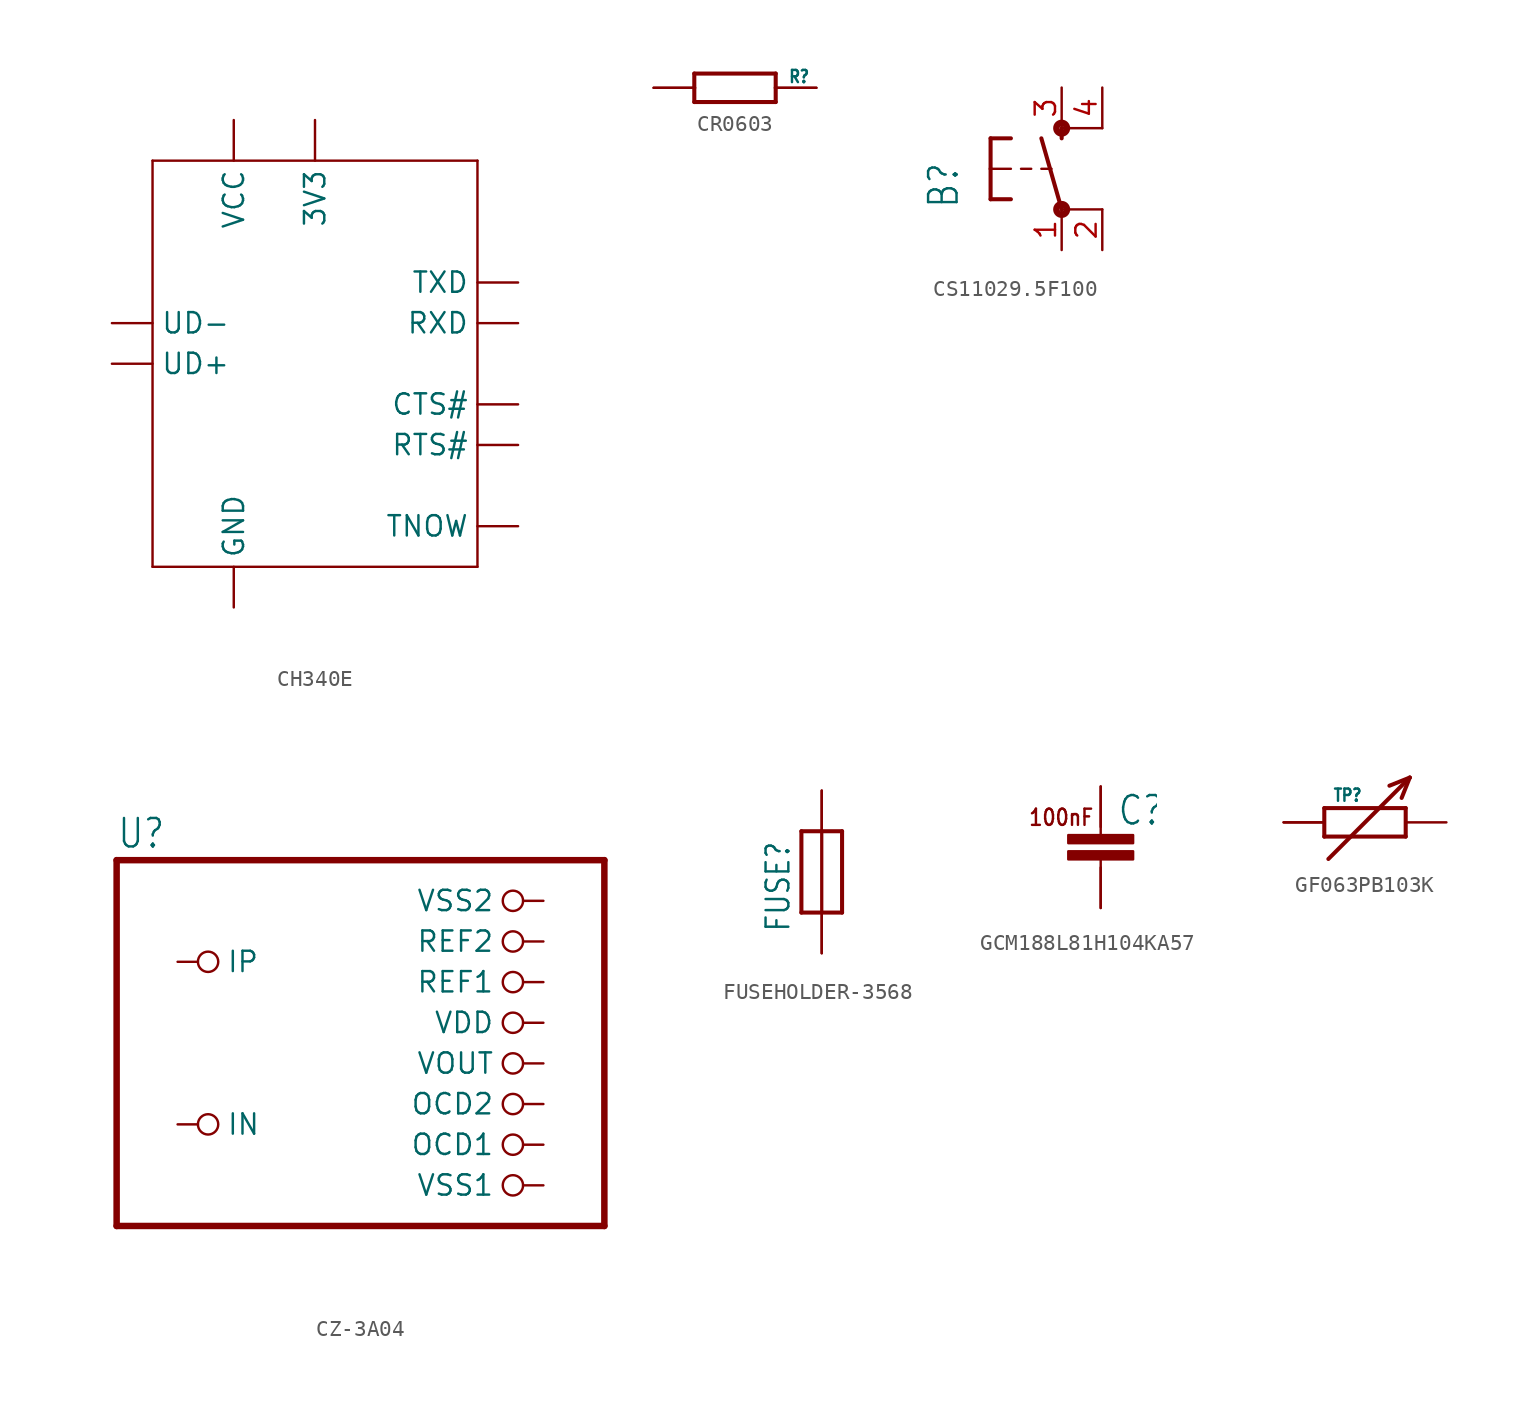
<source format=kicad_sym>
(kicad_symbol_lib
  (version 20220914)
  (generator kicad_symbol_editor)
  (symbol "CH340E"
    (property "Reference" "U"
      (at 0 0 0)
      (effects (font (size 1.27 1.27)) hide))
    (property "Value" ""
      (at 12.7 -2.54 0)
      (effects (font (size 1.778 1.511)) (justify left bottom)))
    (property "ki_locked" ""
      (at 0 0 0)
      (effects (font (size 1.27 1.27))))
    (symbol "CH340E_1_0"
      (polyline (pts (xy 0 0) (xy 0 25.4)) (stroke (width 0.152) (type solid)) (fill (type none)))
      (polyline (pts (xy 0 25.4) (xy 20.32 25.4)) (stroke (width 0.152) (type solid)) (fill (type none)))
      (polyline (pts (xy 20.32 0) (xy 0 0)) (stroke (width 0.152) (type solid)) (fill (type none)))
      (polyline (pts (xy 20.32 25.4) (xy 20.32 0)) (stroke (width 0.152) (type solid)) (fill (type none)))
      (pin bidirectional line (at 10.16 27.94 270) (length 2.54) (name "3V3" (effects (font (size 1.27 1.27)))) (number "3V3" (effects (font (size 0 0)))))
      (pin bidirectional line (at 22.86 10.16 180) (length 2.54) (name "CTS#" (effects (font (size 1.27 1.27)))) (number "CTS#" (effects (font (size 0 0)))))
      (pin bidirectional line (at 5.08 -2.54 90) (length 2.54) (name "GND" (effects (font (size 1.27 1.27)))) (number "GND" (effects (font (size 0 0)))))
      (pin bidirectional line (at 22.86 7.62 180) (length 2.54) (name "RTS#" (effects (font (size 1.27 1.27)))) (number "RTS#" (effects (font (size 0 0)))))
      (pin bidirectional line (at 22.86 15.24 180) (length 2.54) (name "RXD" (effects (font (size 1.27 1.27)))) (number "RXD" (effects (font (size 0 0)))))
      (pin bidirectional line (at 22.86 2.54 180) (length 2.54) (name "TNOW" (effects (font (size 1.27 1.27)))) (number "TNOW" (effects (font (size 0 0)))))
      (pin bidirectional line (at 22.86 17.78 180) (length 2.54) (name "TXD" (effects (font (size 1.27 1.27)))) (number "TXD" (effects (font (size 0 0)))))
      (pin bidirectional line (at -2.54 12.7 0) (length 2.54) (name "UD+" (effects (font (size 1.27 1.27)))) (number "UD+" (effects (font (size 0 0)))))
      (pin bidirectional line (at -2.54 15.24 0) (length 2.54) (name "UD-" (effects (font (size 1.27 1.27)))) (number "UD-" (effects (font (size 0 0)))))
      (pin bidirectional line (at 5.08 27.94 270) (length 2.54) (name "VCC" (effects (font (size 1.27 1.27)))) (number "VCC" (effects (font (size 0 0)))))))
  (symbol "CR0603"
    (property "Reference" "R"
      (at 3.302 0.254 0)
      (effects (font (size 0.762 0.648)) (justify left bottom)))
    (property "Value" ""
      (at 3.302 -1.016 0)
      (effects (font (size 0.762 0.648)) (justify left bottom)))
    (property "ki_locked" ""
      (at 0 0 0)
      (effects (font (size 1.27 1.27))))
    (symbol "CR0603_1_0"
      (polyline (pts (xy -5.08 0) (xy -2.54 0)) (stroke (width 0.152) (type solid)) (fill (type none)))
      (polyline (pts (xy -2.54 -0.889) (xy -2.54 0)) (stroke (width 0.254) (type solid)) (fill (type none)))
      (polyline (pts (xy -2.54 -0.889) (xy 2.54 -0.889)) (stroke (width 0.254) (type solid)) (fill (type none)))
      (polyline (pts (xy -2.54 0) (xy -2.54 0.889)) (stroke (width 0.254) (type solid)) (fill (type none)))
      (polyline (pts (xy 2.54 -0.889) (xy 2.54 0)) (stroke (width 0.254) (type solid)) (fill (type none)))
      (polyline (pts (xy 2.54 0) (xy 2.54 0.889)) (stroke (width 0.254) (type solid)) (fill (type none)))
      (polyline (pts (xy 2.54 0) (xy 5.08 0)) (stroke (width 0.152) (type solid)) (fill (type none)))
      (polyline (pts (xy 2.54 0.889) (xy -2.54 0.889)) (stroke (width 0.254) (type solid)) (fill (type none)))
      (pin bidirectional line (at -5.08 0 0) (length 2.54) (name "LEFT" (effects (font (size 0 0)))) (number "LEFT" (effects (font (size 0 0)))))
      (pin bidirectional line (at 5.08 0 180) (length 2.54) (name "RIGHT" (effects (font (size 0 0)))) (number "RIGHT" (effects (font (size 0 0)))))))
  (symbol "CS11029.5F100"
    (property "Reference" "B"
      (at -6.35 -2.54 90)
      (effects (font (size 1.778 1.511)) (justify left bottom)))
    (property "Value" ""
      (at -3.81 3.175 90)
      (effects (font (size 1.778 1.511)) (justify left bottom)))
    (property "ki_locked" ""
      (at 0 0 0)
      (effects (font (size 1.27 1.27))))
    (symbol "CS11029.5F100_1_0"
      (circle (center 0 -2.54) (radius 0.127) (stroke (width 0.406) (type solid)) (fill (type none)))
      (polyline (pts (xy -4.445 -1.905) (xy -3.175 -1.905)) (stroke (width 0.254) (type solid)) (fill (type none)))
      (polyline (pts (xy -4.445 0) (xy -4.445 -1.905)) (stroke (width 0.254) (type solid)) (fill (type none)))
      (polyline (pts (xy -4.445 0) (xy -3.175 0)) (stroke (width 0.152) (type solid)) (fill (type none)))
      (polyline (pts (xy -4.445 1.905) (xy -4.445 0)) (stroke (width 0.254) (type solid)) (fill (type none)))
      (polyline (pts (xy -4.445 1.905) (xy -3.175 1.905)) (stroke (width 0.254) (type solid)) (fill (type none)))
      (polyline (pts (xy -2.54 0) (xy -1.905 0)) (stroke (width 0.152) (type solid)) (fill (type none)))
      (polyline (pts (xy -1.27 0) (xy -0.635 0)) (stroke (width 0.152) (type solid)) (fill (type none)))
      (polyline (pts (xy 0 -2.54) (xy -1.27 1.905)) (stroke (width 0.254) (type solid)) (fill (type none)))
      (polyline (pts (xy 0 1.905) (xy 0 2.54)) (stroke (width 0.254) (type solid)) (fill (type none)))
      (polyline (pts (xy 2.54 -2.54) (xy 0 -2.54)) (stroke (width 0.152) (type solid)) (fill (type none)))
      (polyline (pts (xy 2.54 2.54) (xy 0 2.54)) (stroke (width 0.152) (type solid)) (fill (type none)))
      (circle (center 0 2.54) (radius 0.127) (stroke (width 0.406) (type solid)) (fill (type none)))
      (pin passive line (at 0 -5.08 90) (length 2.54) (name "1" (effects (font (size 0 0)))) (number "1" (effects (font (size 1.27 1.27)))))
      (pin passive line (at 2.54 -5.08 90) (length 2.54) (name "2" (effects (font (size 0 0)))) (number "2" (effects (font (size 1.27 1.27)))))
      (pin passive line (at 0 5.08 270) (length 2.54) (name "3" (effects (font (size 0 0)))) (number "3" (effects (font (size 1.27 1.27)))))
      (pin passive line (at 2.54 5.08 270) (length 2.54) (name "4" (effects (font (size 0 0)))) (number "4" (effects (font (size 1.27 1.27)))))))
  (symbol "CZ-3A04"
    (property "Reference" "U"
      (at -6.35 10.795 0)
      (effects (font (size 1.778 1.511)) (justify left bottom)))
    (property "Value" ""
      (at -6.35 -15.24 0)
      (effects (font (size 1.778 1.511)) (justify left bottom)))
    (property "ki_locked" ""
      (at 0 0 0)
      (effects (font (size 1.27 1.27))))
    (symbol "CZ-3A04_1_0"
      (polyline (pts (xy -6.35 -12.7) (xy 24.13 -12.7)) (stroke (width 0.406) (type solid)) (fill (type none)))
      (polyline (pts (xy -6.35 10.16) (xy -6.35 -12.7)) (stroke (width 0.406) (type solid)) (fill (type none)))
      (polyline (pts (xy 24.13 -12.7) (xy 24.13 10.16)) (stroke (width 0.406) (type solid)) (fill (type none)))
      (polyline (pts (xy 24.13 10.16) (xy -6.35 10.16)) (stroke (width 0.406) (type solid)) (fill (type none)))
      (pin passive inverted (at -2.54 -6.35 0) (length 2.54) (name "IN" (effects (font (size 1.27 1.27)))) (number "IN" (effects (font (size 0 0)))))
      (pin passive inverted (at -2.54 3.81 0) (length 2.54) (name "IP" (effects (font (size 1.27 1.27)))) (number "IP" (effects (font (size 0 0)))))
      (pin passive inverted (at 20.32 -7.62 180) (length 2.54) (name "OCD1" (effects (font (size 1.27 1.27)))) (number "OCD1" (effects (font (size 0 0)))))
      (pin passive inverted (at 20.32 -5.08 180) (length 2.54) (name "OCD2" (effects (font (size 1.27 1.27)))) (number "OCD2" (effects (font (size 0 0)))))
      (pin passive inverted (at 20.32 2.54 180) (length 2.54) (name "REF1" (effects (font (size 1.27 1.27)))) (number "REF1" (effects (font (size 0 0)))))
      (pin passive inverted (at 20.32 5.08 180) (length 2.54) (name "REF2" (effects (font (size 1.27 1.27)))) (number "REF2" (effects (font (size 0 0)))))
      (pin passive inverted (at 20.32 0 180) (length 2.54) (name "VDD" (effects (font (size 1.27 1.27)))) (number "VDD" (effects (font (size 0 0)))))
      (pin passive inverted (at 20.32 -2.54 180) (length 2.54) (name "VOUT" (effects (font (size 1.27 1.27)))) (number "VOUT" (effects (font (size 0 0)))))
      (pin passive inverted (at 20.32 -10.16 180) (length 2.54) (name "VSS1" (effects (font (size 1.27 1.27)))) (number "VSS1" (effects (font (size 0 0)))))
      (pin passive inverted (at 20.32 7.62 180) (length 2.54) (name "VSS2" (effects (font (size 1.27 1.27)))) (number "VSS2" (effects (font (size 0 0)))))))
  (symbol "FUSEHOLDER-3568"
    (property "Reference" "FUSE"
      (at -1.905 -3.81 90)
      (effects (font (size 1.422 1.209)) (justify left bottom)))
    (property "Value" ""
      (at 3.175 -3.81 90)
      (effects (font (size 1.422 1.209)) (justify left bottom)))
    (property "ki_locked" ""
      (at 0 0 0)
      (effects (font (size 1.27 1.27))))
    (symbol "FUSEHOLDER-3568_1_0"
      (polyline (pts (xy -1.27 -2.54) (xy -1.27 2.54)) (stroke (width 0.254) (type solid)) (fill (type none)))
      (polyline (pts (xy -1.27 2.54) (xy 0 2.54)) (stroke (width 0.254) (type solid)) (fill (type none)))
      (polyline (pts (xy 0 -2.54) (xy 0 2.54)) (stroke (width 0.203) (type solid)) (fill (type none)))
      (polyline (pts (xy 0 2.54) (xy 1.27 2.54)) (stroke (width 0.254) (type solid)) (fill (type none)))
      (polyline (pts (xy 1.27 -2.54) (xy -1.27 -2.54)) (stroke (width 0.254) (type solid)) (fill (type none)))
      (polyline (pts (xy 1.27 2.54) (xy 1.27 -2.54)) (stroke (width 0.254) (type solid)) (fill (type none)))
      (pin passive line (at 0 -5.08 90) (length 2.54) (name "L" (effects (font (size 0 0)))) (number "L1" (effects (font (size 0 0)))))
      (pin passive line (at 0 -5.08 90) (length 2.54) (name "L" (effects (font (size 0 0)))) (number "L2" (effects (font (size 0 0)))))
      (pin passive line (at 0 5.08 270) (length 2.54) (name "R" (effects (font (size 0 0)))) (number "R1" (effects (font (size 0 0)))))
      (pin passive line (at 0 5.08 270) (length 2.54) (name "R" (effects (font (size 0 0)))) (number "R2" (effects (font (size 0 0)))))))
  (symbol "GCM188L81H104KA57"
    (property "Reference" "C"
      (at 1.016 0 0)
      (effects (font (size 1.778 1.511)) (justify left bottom)))
    (property "ki_locked" ""
      (at 0 0 0)
      (effects (font (size 1.27 1.27))))
    (symbol "GCM188L81H104KA57_1_0"
      (rectangle (start -2.032 -2.032) (end 2.032 -1.524) (stroke (width 0) (type default)) (fill (type outline)))
      (rectangle (start -2.032 -1.016) (end 2.032 -0.508) (stroke (width 0) (type default)) (fill (type outline)))
      (polyline (pts (xy 0 -5.08) (xy 0 -2.032)) (stroke (width 0.152) (type solid)) (fill (type none)))
      (polyline (pts (xy 0 -0.508) (xy 0 2.54)) (stroke (width 0.152) (type solid)) (fill (type none)))
      (text "100nF" (at -4.572 0 0) (effects (font (size 1.016 0.864)) (justify left bottom)))
      (pin bidirectional line (at 0 2.54 270) (length 2.54) (name "P$1" (effects (font (size 0 0)))) (number "P$1" (effects (font (size 0 0)))))
      (pin bidirectional line (at 0 -5.08 90) (length 2.54) (name "P$2" (effects (font (size 0 0)))) (number "P$2" (effects (font (size 0 0)))))))
  (symbol "GF063PB103K"
    (property "Reference" "TP"
      (at -2.032 1.245 0)
      (effects (font (size 0.762 0.648)) (justify left bottom)))
    (property "Value" ""
      (at -2.032 -2.032 0)
      (effects (font (size 0.762 0.648)) (justify left bottom)))
    (property "ki_locked" ""
      (at 0 0 0)
      (effects (font (size 1.27 1.27))))
    (symbol "GF063PB103K_1_0"
      (polyline (pts (xy -2.54 -0.889) (xy -2.54 0.889)) (stroke (width 0.254) (type solid)) (fill (type none)))
      (polyline (pts (xy -2.54 -0.889) (xy 2.54 -0.889)) (stroke (width 0.254) (type solid)) (fill (type none)))
      (polyline (pts (xy -2.286 -2.286) (xy 2.794 2.794)) (stroke (width 0.254) (type solid)) (fill (type none)))
      (polyline (pts (xy 2.54 -0.889) (xy 2.54 0.889)) (stroke (width 0.254) (type solid)) (fill (type none)))
      (polyline (pts (xy 2.54 0.889) (xy -2.54 0.889)) (stroke (width 0.254) (type solid)) (fill (type none)))
      (polyline (pts (xy 2.794 2.794) (xy 1.524 2.286)) (stroke (width 0.254) (type solid)) (fill (type none)))
      (polyline (pts (xy 2.794 2.794) (xy 2.286 1.524)) (stroke (width 0.254) (type solid)) (fill (type none)))
      (pin passive line (at -5.08 0 0) (length 2.54) (name "LEFT" (effects (font (size 0 0)))) (number "CENTER" (effects (font (size 0 0)))))
      (pin passive line (at -5.08 0 0) (length 2.54) (name "LEFT" (effects (font (size 0 0)))) (number "LEFT" (effects (font (size 0 0)))))
      (pin passive line (at 5.08 0 180) (length 2.54) (name "RIGHT" (effects (font (size 0 0)))) (number "RIGHT" (effects (font (size 0 0))))))))
</source>
